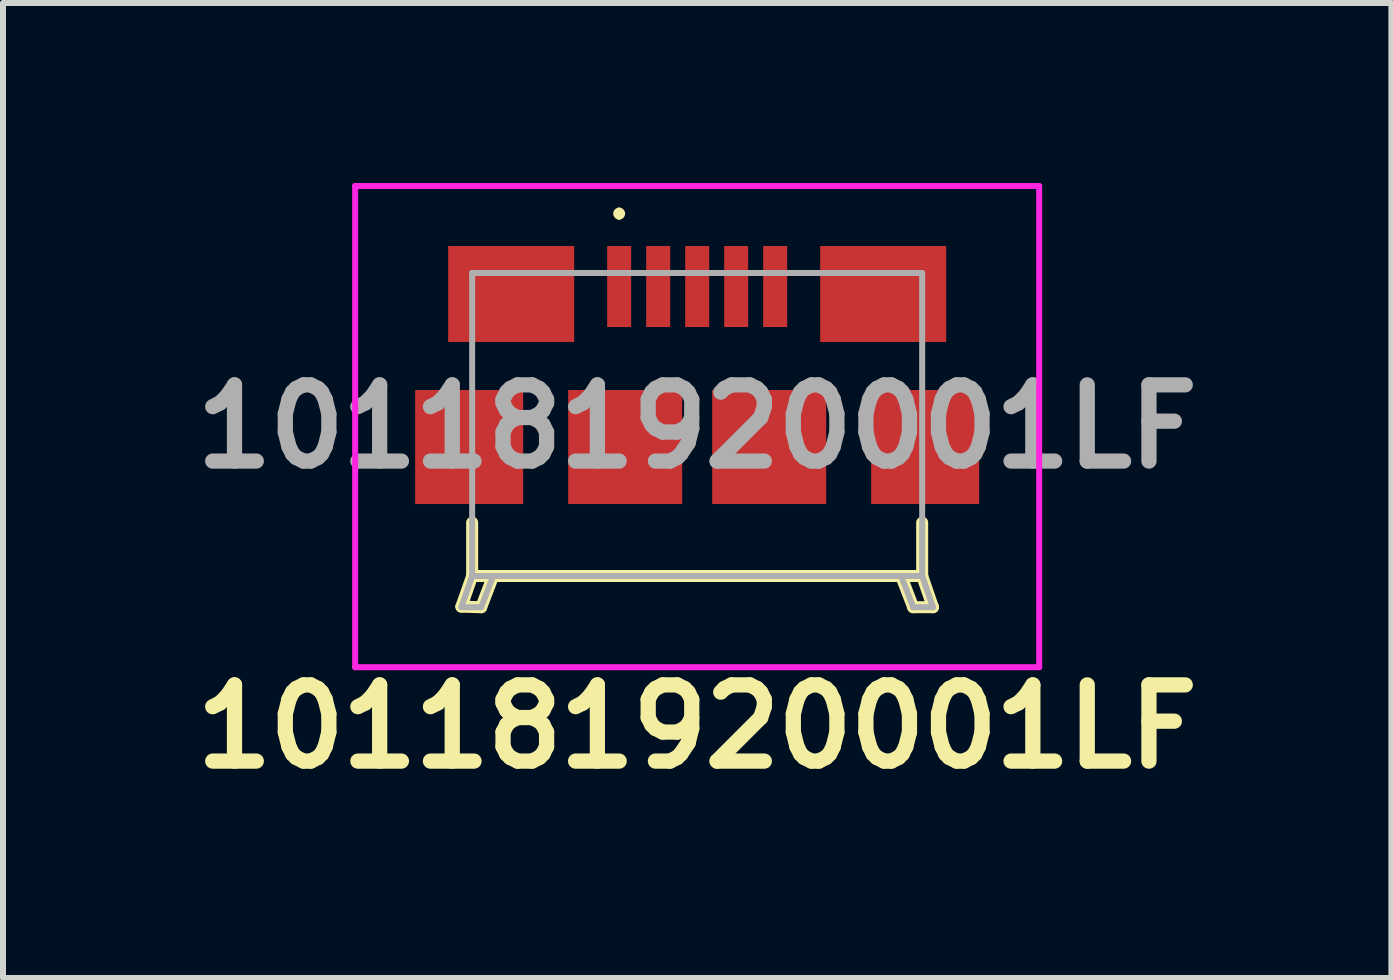
<source format=kicad_pcb>
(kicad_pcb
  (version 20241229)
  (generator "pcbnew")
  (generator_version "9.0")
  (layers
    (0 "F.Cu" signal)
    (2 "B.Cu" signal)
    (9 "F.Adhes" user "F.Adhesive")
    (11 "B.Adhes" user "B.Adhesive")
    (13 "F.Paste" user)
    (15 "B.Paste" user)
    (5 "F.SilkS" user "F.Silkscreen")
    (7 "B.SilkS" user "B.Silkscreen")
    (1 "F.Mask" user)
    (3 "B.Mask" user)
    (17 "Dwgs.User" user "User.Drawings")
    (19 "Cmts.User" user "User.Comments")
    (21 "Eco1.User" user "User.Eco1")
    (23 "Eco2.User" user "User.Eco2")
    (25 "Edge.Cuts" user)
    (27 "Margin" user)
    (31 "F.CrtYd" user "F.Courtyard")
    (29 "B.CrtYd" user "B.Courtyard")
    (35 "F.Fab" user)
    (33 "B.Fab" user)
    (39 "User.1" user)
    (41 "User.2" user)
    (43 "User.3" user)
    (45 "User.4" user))
  (footprint "101181920001LF"
    (layer "F.Cu")
    (at 8.569 4.06)
    (property "Reference" "101181920001LF" (at 0 5 0) (layer "F.SilkS") (effects (font (size 1.27 1.27) (thickness 0.254))))
    (attr smd)
    (fp_line (start -3.93 3) (end -3.6 3.01) (stroke (width 0.2) (type solid)) (layer "F.SilkS"))
    (fp_line (start -3.75 1.6) (end -3.75 2.49) (stroke (width 0.2) (type solid)) (layer "F.SilkS"))
    (fp_line (start -3.75 2.49) (end -3.93 3) (stroke (width 0.2) (type solid)) (layer "F.SilkS"))
    (fp_line (start -3.75 2.49) (end 3.75 2.49) (stroke (width 0.2) (type solid)) (layer "F.SilkS"))
    (fp_line (start -3.6 3.01) (end -3.4 2.49) (stroke (width 0.2) (type solid)) (layer "F.SilkS"))
    (fp_line (start -1.3 -3.6) (end -1.3 -3.6) (stroke (width 0.1) (type solid)) (layer "F.SilkS"))
    (fp_line (start -1.3 -3.5) (end -1.3 -3.5) (stroke (width 0.1) (type solid)) (layer "F.SilkS"))
    (fp_line (start 3.6 3.01) (end 3.4 2.49) (stroke (width 0.2) (type solid)) (layer "F.SilkS"))
    (fp_line (start 3.75 2.49) (end 3.75 1.6) (stroke (width 0.2) (type solid)) (layer "F.SilkS"))
    (fp_line (start 3.75 2.49) (end 3.93 3.01) (stroke (width 0.2) (type solid)) (layer "F.SilkS"))
    (fp_line (start 3.93 3.01) (end 3.6 3.01) (stroke (width 0.2) (type solid)) (layer "F.SilkS"))
    (fp_arc (start -1.3 -3.6) (mid -1.25 -3.55) (end -1.3 -3.5) (stroke (width 0.1) (type solid)) (layer "F.SilkS"))
    (fp_arc (start -1.3 -3.5) (mid -1.35 -3.55) (end -1.3 -3.6) (stroke (width 0.1) (type solid)) (layer "F.SilkS"))
    (fp_line (start -5.7 -4.01) (end 5.7 -4.01) (stroke (width 0.1) (type solid)) (layer "F.CrtYd"))
    (fp_line (start -5.7 4.01) (end -5.7 -4.01) (stroke (width 0.1) (type solid)) (layer "F.CrtYd"))
    (fp_line (start 5.7 -4.01) (end 5.7 4.01) (stroke (width 0.1) (type solid)) (layer "F.CrtYd"))
    (fp_line (start 5.7 4.01) (end -5.7 4.01) (stroke (width 0.1) (type solid)) (layer "F.CrtYd"))
    (fp_line (start -3.93 3.01) (end -3.6 3.01) (stroke (width 0.1) (type solid)) (layer "F.Fab"))
    (fp_line (start -3.75 -2.56) (end 3.75 -2.56) (stroke (width 0.1) (type solid)) (layer "F.Fab"))
    (fp_line (start -3.75 2.49) (end -3.93 3.01) (stroke (width 0.1) (type solid)) (layer "F.Fab"))
    (fp_line (start -3.75 2.49) (end -3.75 -2.56) (stroke (width 0.1) (type solid)) (layer "F.Fab"))
    (fp_line (start -3.6 3.01) (end -3.4 2.49) (stroke (width 0.1) (type solid)) (layer "F.Fab"))
    (fp_line (start 3.6 3.01) (end 3.4 2.49) (stroke (width 0.1) (type solid)) (layer "F.Fab"))
    (fp_line (start 3.75 -2.56) (end 3.75 2.49) (stroke (width 0.1) (type solid)) (layer "F.Fab"))
    (fp_line (start 3.75 2.49) (end -3.75 2.49) (stroke (width 0.1) (type solid)) (layer "F.Fab"))
    (fp_line (start 3.75 2.49) (end 3.93 3.01) (stroke (width 0.1) (type solid)) (layer "F.Fab"))
    (fp_line (start 3.93 3.01) (end 3.6 3.01) (stroke (width 0.1) (type solid)) (layer "F.Fab"))
    (fp_text user "${REFERENCE}" (at 0 0 0) (layer "F.Fab") (effects (font (size 1.27 1.27) (thickness 0.254))))
    (pad "1" smd rect (at -1.3 -2.335) (size 0.4 1.35) (layers "F.Cu" "F.Mask" "F.Paste"))
    (pad "2" smd rect (at -0.65 -2.335) (size 0.4 1.35) (layers "F.Cu" "F.Mask" "F.Paste"))
    (pad "3" smd rect (at 0 -2.335) (size 0.4 1.35) (layers "F.Cu" "F.Mask" "F.Paste"))
    (pad "4" smd rect (at 0.65 -2.335) (size 0.4 1.35) (layers "F.Cu" "F.Mask" "F.Paste"))
    (pad "5" smd rect (at 1.3 -2.335) (size 0.4 1.35) (layers "F.Cu" "F.Mask" "F.Paste"))
    (pad "MP1" smd rect (at -3.1 -2.21 90) (size 1.6 2.1) (layers "F.Cu" "F.Mask" "F.Paste"))
    (pad "MP2" smd rect (at 3.1 -2.21 90) (size 1.6 2.1) (layers "F.Cu" "F.Mask" "F.Paste"))
    (pad "MP3" smd rect (at -3.8 0.34) (size 1.8 1.9) (layers "F.Cu" "F.Mask" "F.Paste"))
    (pad "MP4" smd rect (at -1.2 0.34) (size 1.9 1.9) (layers "F.Cu" "F.Mask" "F.Paste"))
    (pad "MP5" smd rect (at 1.2 0.34) (size 1.9 1.9) (layers "F.Cu" "F.Mask" "F.Paste"))
    (pad "MP6" smd rect (at 3.8 0.34) (size 1.8 1.9) (layers "F.Cu" "F.Mask" "F.Paste")))
  (gr_rect
    (start -3 -3)
    (end 20.139 13.249)
    (stroke (width 0.1) (type default))
    (fill no)
    (layer "Edge.Cuts")))
</source>
